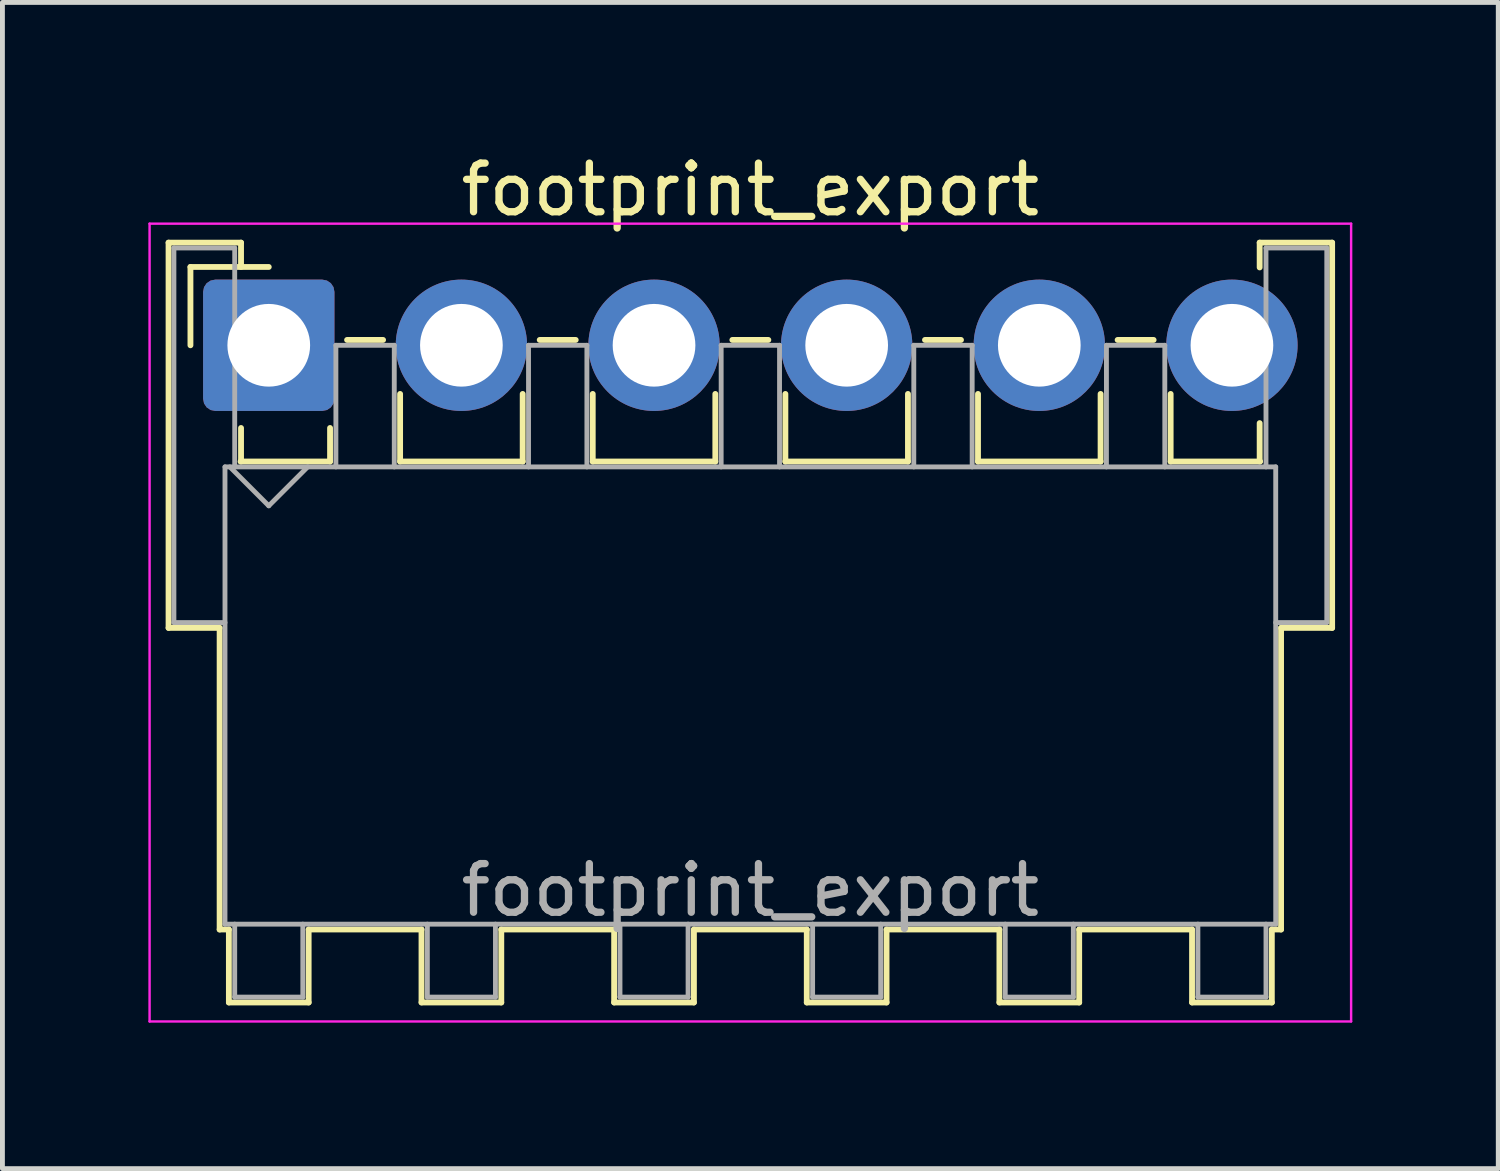
<source format=kicad_pcb>
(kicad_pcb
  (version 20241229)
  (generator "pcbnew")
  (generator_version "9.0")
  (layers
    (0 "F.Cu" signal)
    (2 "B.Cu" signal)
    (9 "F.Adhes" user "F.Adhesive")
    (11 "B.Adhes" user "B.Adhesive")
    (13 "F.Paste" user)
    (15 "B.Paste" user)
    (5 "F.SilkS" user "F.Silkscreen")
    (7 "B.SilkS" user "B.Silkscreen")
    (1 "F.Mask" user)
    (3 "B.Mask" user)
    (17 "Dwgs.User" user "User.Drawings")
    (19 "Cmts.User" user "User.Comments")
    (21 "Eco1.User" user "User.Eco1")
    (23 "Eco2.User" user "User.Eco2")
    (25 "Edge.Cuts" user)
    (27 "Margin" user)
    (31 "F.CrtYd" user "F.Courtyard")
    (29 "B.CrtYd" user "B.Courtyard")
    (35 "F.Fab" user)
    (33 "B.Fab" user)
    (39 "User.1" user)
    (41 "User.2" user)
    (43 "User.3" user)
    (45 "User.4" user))
  (footprint "footprint_export"
    (layer "F.Cu")
    (at 2.475 4.048)
    (property "Reference" "footprint_export" (at 9.9 -3.2 0) (layer "F.SilkS") (effects (font (size 1 1) (thickness 0.15))))
    (attr through_hole)
    (fp_line (start -2.06 -2.11) (end -0.57 -2.11) (stroke (width 0.12) (type solid)) (layer "F.SilkS"))
    (fp_line (start -2.06 5.81) (end -2.06 -2.11) (stroke (width 0.12) (type solid)) (layer "F.SilkS"))
    (fp_line (start -1.61 -1.61) (end -1.61 0) (stroke (width 0.12) (type solid)) (layer "F.SilkS"))
    (fp_line (start -1.01 5.81) (end -2.06 5.81) (stroke (width 0.12) (type solid)) (layer "F.SilkS"))
    (fp_line (start -1.01 5.81) (end -1.01 12.01) (stroke (width 0.12) (type solid)) (layer "F.SilkS"))
    (fp_line (start -1.01 12.01) (end -0.82 12.01) (stroke (width 0.12) (type solid)) (layer "F.SilkS"))
    (fp_line (start -0.82 12.01) (end -0.82 13.51) (stroke (width 0.12) (type solid)) (layer "F.SilkS"))
    (fp_line (start -0.82 13.51) (end 0.82 13.51) (stroke (width 0.12) (type solid)) (layer "F.SilkS"))
    (fp_line (start -0.58 2.39) (end 1.26 2.39) (stroke (width 0.12) (type solid)) (layer "F.SilkS"))
    (fp_line (start -0.57 -2.11) (end -0.57 -1.61) (stroke (width 0.12) (type solid)) (layer "F.SilkS"))
    (fp_line (start -0.57 1.7) (end -0.57 2.39) (stroke (width 0.12) (type solid)) (layer "F.SilkS"))
    (fp_line (start 0 -1.61) (end -1.61 -1.61) (stroke (width 0.12) (type solid)) (layer "F.SilkS"))
    (fp_line (start 0.82 12.01) (end 3.14 12.01) (stroke (width 0.12) (type solid)) (layer "F.SilkS"))
    (fp_line (start 0.82 13.51) (end 0.82 12.01) (stroke (width 0.12) (type solid)) (layer "F.SilkS"))
    (fp_line (start 1.26 2.39) (end 1.26 1.7) (stroke (width 0.12) (type solid)) (layer "F.SilkS"))
    (fp_line (start 1.61 -0.11) (end 2.35 -0.11) (stroke (width 0.12) (type solid)) (layer "F.SilkS"))
    (fp_line (start 2.7 1) (end 2.7 2.39) (stroke (width 0.12) (type solid)) (layer "F.SilkS"))
    (fp_line (start 2.7 2.39) (end 5.22 2.39) (stroke (width 0.12) (type solid)) (layer "F.SilkS"))
    (fp_line (start 3.14 12.01) (end 3.14 13.51) (stroke (width 0.12) (type solid)) (layer "F.SilkS"))
    (fp_line (start 3.14 13.51) (end 4.78 13.51) (stroke (width 0.12) (type solid)) (layer "F.SilkS"))
    (fp_line (start 4.78 12.01) (end 7.1 12.01) (stroke (width 0.12) (type solid)) (layer "F.SilkS"))
    (fp_line (start 4.78 13.51) (end 4.78 12.01) (stroke (width 0.12) (type solid)) (layer "F.SilkS"))
    (fp_line (start 5.22 2.39) (end 5.22 1) (stroke (width 0.12) (type solid)) (layer "F.SilkS"))
    (fp_line (start 5.57 -0.11) (end 6.31 -0.11) (stroke (width 0.12) (type solid)) (layer "F.SilkS"))
    (fp_line (start 6.66 1) (end 6.66 2.39) (stroke (width 0.12) (type solid)) (layer "F.SilkS"))
    (fp_line (start 6.66 2.39) (end 9.18 2.39) (stroke (width 0.12) (type solid)) (layer "F.SilkS"))
    (fp_line (start 7.1 12.01) (end 7.1 13.51) (stroke (width 0.12) (type solid)) (layer "F.SilkS"))
    (fp_line (start 7.1 13.51) (end 8.74 13.51) (stroke (width 0.12) (type solid)) (layer "F.SilkS"))
    (fp_line (start 8.74 12.01) (end 11.06 12.01) (stroke (width 0.12) (type solid)) (layer "F.SilkS"))
    (fp_line (start 8.74 13.51) (end 8.74 12.01) (stroke (width 0.12) (type solid)) (layer "F.SilkS"))
    (fp_line (start 9.18 2.39) (end 9.18 1) (stroke (width 0.12) (type solid)) (layer "F.SilkS"))
    (fp_line (start 9.53 -0.11) (end 10.27 -0.11) (stroke (width 0.12) (type solid)) (layer "F.SilkS"))
    (fp_line (start 10.62 1) (end 10.62 2.39) (stroke (width 0.12) (type solid)) (layer "F.SilkS"))
    (fp_line (start 10.62 2.39) (end 13.14 2.39) (stroke (width 0.12) (type solid)) (layer "F.SilkS"))
    (fp_line (start 11.06 12.01) (end 11.06 13.51) (stroke (width 0.12) (type solid)) (layer "F.SilkS"))
    (fp_line (start 11.06 13.51) (end 12.7 13.51) (stroke (width 0.12) (type solid)) (layer "F.SilkS"))
    (fp_line (start 12.7 12.01) (end 15.02 12.01) (stroke (width 0.12) (type solid)) (layer "F.SilkS"))
    (fp_line (start 12.7 13.51) (end 12.7 12.01) (stroke (width 0.12) (type solid)) (layer "F.SilkS"))
    (fp_line (start 13.14 2.39) (end 13.14 1) (stroke (width 0.12) (type solid)) (layer "F.SilkS"))
    (fp_line (start 13.49 -0.11) (end 14.23 -0.11) (stroke (width 0.12) (type solid)) (layer "F.SilkS"))
    (fp_line (start 14.58 1) (end 14.58 2.39) (stroke (width 0.12) (type solid)) (layer "F.SilkS"))
    (fp_line (start 14.58 2.39) (end 17.1 2.39) (stroke (width 0.12) (type solid)) (layer "F.SilkS"))
    (fp_line (start 15.02 12.01) (end 15.02 13.51) (stroke (width 0.12) (type solid)) (layer "F.SilkS"))
    (fp_line (start 15.02 13.51) (end 16.66 13.51) (stroke (width 0.12) (type solid)) (layer "F.SilkS"))
    (fp_line (start 16.66 12.01) (end 18.98 12.01) (stroke (width 0.12) (type solid)) (layer "F.SilkS"))
    (fp_line (start 16.66 13.51) (end 16.66 12.01) (stroke (width 0.12) (type solid)) (layer "F.SilkS"))
    (fp_line (start 17.1 2.39) (end 17.1 1) (stroke (width 0.12) (type solid)) (layer "F.SilkS"))
    (fp_line (start 17.45 -0.11) (end 18.19 -0.11) (stroke (width 0.12) (type solid)) (layer "F.SilkS"))
    (fp_line (start 18.54 1) (end 18.54 2.39) (stroke (width 0.12) (type solid)) (layer "F.SilkS"))
    (fp_line (start 18.54 2.39) (end 20.38 2.39) (stroke (width 0.12) (type solid)) (layer "F.SilkS"))
    (fp_line (start 18.98 12.01) (end 18.98 13.51) (stroke (width 0.12) (type solid)) (layer "F.SilkS"))
    (fp_line (start 18.98 13.51) (end 20.62 13.51) (stroke (width 0.12) (type solid)) (layer "F.SilkS"))
    (fp_line (start 20.37 -2.11) (end 21.86 -2.11) (stroke (width 0.12) (type solid)) (layer "F.SilkS"))
    (fp_line (start 20.37 -1.6) (end 20.37 -2.11) (stroke (width 0.12) (type solid)) (layer "F.SilkS"))
    (fp_line (start 20.37 2.39) (end 20.37 1.6) (stroke (width 0.12) (type solid)) (layer "F.SilkS"))
    (fp_line (start 20.62 12.01) (end 20.81 12.01) (stroke (width 0.12) (type solid)) (layer "F.SilkS"))
    (fp_line (start 20.62 13.51) (end 20.62 12.01) (stroke (width 0.12) (type solid)) (layer "F.SilkS"))
    (fp_line (start 20.81 12.01) (end 20.81 5.81) (stroke (width 0.12) (type solid)) (layer "F.SilkS"))
    (fp_line (start 21.86 -2.11) (end 21.86 5.81) (stroke (width 0.12) (type solid)) (layer "F.SilkS"))
    (fp_line (start 21.86 5.81) (end 20.81 5.81) (stroke (width 0.12) (type solid)) (layer "F.SilkS"))
    (fp_line (start -2.45 -2.5) (end -2.45 13.9) (stroke (width 0.05) (type solid)) (layer "F.CrtYd"))
    (fp_line (start -2.45 13.9) (end 22.25 13.9) (stroke (width 0.05) (type solid)) (layer "F.CrtYd"))
    (fp_line (start 22.25 -2.5) (end -2.45 -2.5) (stroke (width 0.05) (type solid)) (layer "F.CrtYd"))
    (fp_line (start 22.25 13.9) (end 22.25 -2.5) (stroke (width 0.05) (type solid)) (layer "F.CrtYd"))
    (fp_line (start -1.95 -2) (end -0.7 -2) (stroke (width 0.1) (type solid)) (layer "F.Fab"))
    (fp_line (start -1.95 5.7) (end -1.95 -2) (stroke (width 0.1) (type solid)) (layer "F.Fab"))
    (fp_line (start -0.9 2.5) (end -0.9 11.9) (stroke (width 0.1) (type solid)) (layer "F.Fab"))
    (fp_line (start -0.9 5.7) (end -1.95 5.7) (stroke (width 0.1) (type solid)) (layer "F.Fab"))
    (fp_line (start -0.9 11.9) (end 20.7 11.9) (stroke (width 0.1) (type solid)) (layer "F.Fab"))
    (fp_line (start -0.8 2.5) (end 0 3.3) (stroke (width 0.1) (type solid)) (layer "F.Fab"))
    (fp_line (start -0.7 -2) (end -0.7 2.5) (stroke (width 0.1) (type solid)) (layer "F.Fab"))
    (fp_line (start -0.7 11.9) (end -0.7 13.4) (stroke (width 0.1) (type solid)) (layer "F.Fab"))
    (fp_line (start -0.7 13.4) (end 0.7 13.4) (stroke (width 0.1) (type solid)) (layer "F.Fab"))
    (fp_line (start 0 3.3) (end 0.8 2.5) (stroke (width 0.1) (type solid)) (layer "F.Fab"))
    (fp_line (start 0.7 13.4) (end 0.7 11.9) (stroke (width 0.1) (type solid)) (layer "F.Fab"))
    (fp_line (start 1.38 0) (end 2.58 0) (stroke (width 0.1) (type solid)) (layer "F.Fab"))
    (fp_line (start 1.38 2.5) (end 1.38 0) (stroke (width 0.1) (type solid)) (layer "F.Fab"))
    (fp_line (start 2.58 0) (end 2.58 2.5) (stroke (width 0.1) (type solid)) (layer "F.Fab"))
    (fp_line (start 3.26 11.9) (end 3.26 13.4) (stroke (width 0.1) (type solid)) (layer "F.Fab"))
    (fp_line (start 3.26 13.4) (end 4.66 13.4) (stroke (width 0.1) (type solid)) (layer "F.Fab"))
    (fp_line (start 4.66 13.4) (end 4.66 11.9) (stroke (width 0.1) (type solid)) (layer "F.Fab"))
    (fp_line (start 5.34 0) (end 6.54 0) (stroke (width 0.1) (type solid)) (layer "F.Fab"))
    (fp_line (start 5.34 2.5) (end 5.34 0) (stroke (width 0.1) (type solid)) (layer "F.Fab"))
    (fp_line (start 6.54 0) (end 6.54 2.5) (stroke (width 0.1) (type solid)) (layer "F.Fab"))
    (fp_line (start 7.22 11.9) (end 7.22 13.4) (stroke (width 0.1) (type solid)) (layer "F.Fab"))
    (fp_line (start 7.22 13.4) (end 8.62 13.4) (stroke (width 0.1) (type solid)) (layer "F.Fab"))
    (fp_line (start 8.62 13.4) (end 8.62 11.9) (stroke (width 0.1) (type solid)) (layer "F.Fab"))
    (fp_line (start 9.3 0) (end 10.5 0) (stroke (width 0.1) (type solid)) (layer "F.Fab"))
    (fp_line (start 9.3 2.5) (end 9.3 0) (stroke (width 0.1) (type solid)) (layer "F.Fab"))
    (fp_line (start 10.5 0) (end 10.5 2.5) (stroke (width 0.1) (type solid)) (layer "F.Fab"))
    (fp_line (start 11.18 11.9) (end 11.18 13.4) (stroke (width 0.1) (type solid)) (layer "F.Fab"))
    (fp_line (start 11.18 13.4) (end 12.58 13.4) (stroke (width 0.1) (type solid)) (layer "F.Fab"))
    (fp_line (start 12.58 13.4) (end 12.58 11.9) (stroke (width 0.1) (type solid)) (layer "F.Fab"))
    (fp_line (start 13.26 0) (end 14.46 0) (stroke (width 0.1) (type solid)) (layer "F.Fab"))
    (fp_line (start 13.26 2.5) (end 13.26 0) (stroke (width 0.1) (type solid)) (layer "F.Fab"))
    (fp_line (start 14.46 0) (end 14.46 2.5) (stroke (width 0.1) (type solid)) (layer "F.Fab"))
    (fp_line (start 15.14 11.9) (end 15.14 13.4) (stroke (width 0.1) (type solid)) (layer "F.Fab"))
    (fp_line (start 15.14 13.4) (end 16.54 13.4) (stroke (width 0.1) (type solid)) (layer "F.Fab"))
    (fp_line (start 16.54 13.4) (end 16.54 11.9) (stroke (width 0.1) (type solid)) (layer "F.Fab"))
    (fp_line (start 17.22 0) (end 18.42 0) (stroke (width 0.1) (type solid)) (layer "F.Fab"))
    (fp_line (start 17.22 2.5) (end 17.22 0) (stroke (width 0.1) (type solid)) (layer "F.Fab"))
    (fp_line (start 18.42 0) (end 18.42 2.5) (stroke (width 0.1) (type solid)) (layer "F.Fab"))
    (fp_line (start 19.1 11.9) (end 19.1 13.4) (stroke (width 0.1) (type solid)) (layer "F.Fab"))
    (fp_line (start 19.1 13.4) (end 20.5 13.4) (stroke (width 0.1) (type solid)) (layer "F.Fab"))
    (fp_line (start 20.5 -2) (end 21.75 -2) (stroke (width 0.1) (type solid)) (layer "F.Fab"))
    (fp_line (start 20.5 2.5) (end 20.5 -2) (stroke (width 0.1) (type solid)) (layer "F.Fab"))
    (fp_line (start 20.5 13.4) (end 20.5 11.9) (stroke (width 0.1) (type solid)) (layer "F.Fab"))
    (fp_line (start 20.7 2.5) (end -0.9 2.5) (stroke (width 0.1) (type solid)) (layer "F.Fab"))
    (fp_line (start 20.7 11.9) (end 20.7 2.5) (stroke (width 0.1) (type solid)) (layer "F.Fab"))
    (fp_line (start 21.75 -2) (end 21.75 5.7) (stroke (width 0.1) (type solid)) (layer "F.Fab"))
    (fp_line (start 21.75 5.7) (end 20.7 5.7) (stroke (width 0.1) (type solid)) (layer "F.Fab"))
    (fp_text user "${REFERENCE}" (at 9.9 11.2 0) (layer "F.Fab") (effects (font (size 1 1) (thickness 0.15))))
    (pad "1" thru_hole roundrect (at 0 0) (size 2.7 2.7) (drill 1.7) (layers "*.Cu" "*.Mask") (roundrect_rratio 0.093))
    (pad "2" thru_hole circle (at 3.96 0) (size 2.7 2.7) (drill 1.7) (layers "*.Cu" "*.Mask"))
    (pad "3" thru_hole circle (at 7.92 0) (size 2.7 2.7) (drill 1.7) (layers "*.Cu" "*.Mask"))
    (pad "4" thru_hole circle (at 11.88 0) (size 2.7 2.7) (drill 1.7) (layers "*.Cu" "*.Mask"))
    (pad "5" thru_hole circle (at 15.84 0) (size 2.7 2.7) (drill 1.7) (layers "*.Cu" "*.Mask"))
    (pad "6" thru_hole circle (at 19.8 0) (size 2.7 2.7) (drill 1.7) (layers "*.Cu" "*.Mask")))
  (gr_rect
    (start -3 -3)
    (end 27.75 20.973)
    (stroke (width 0.1) (type default))
    (fill no)
    (layer "Edge.Cuts")))
</source>
